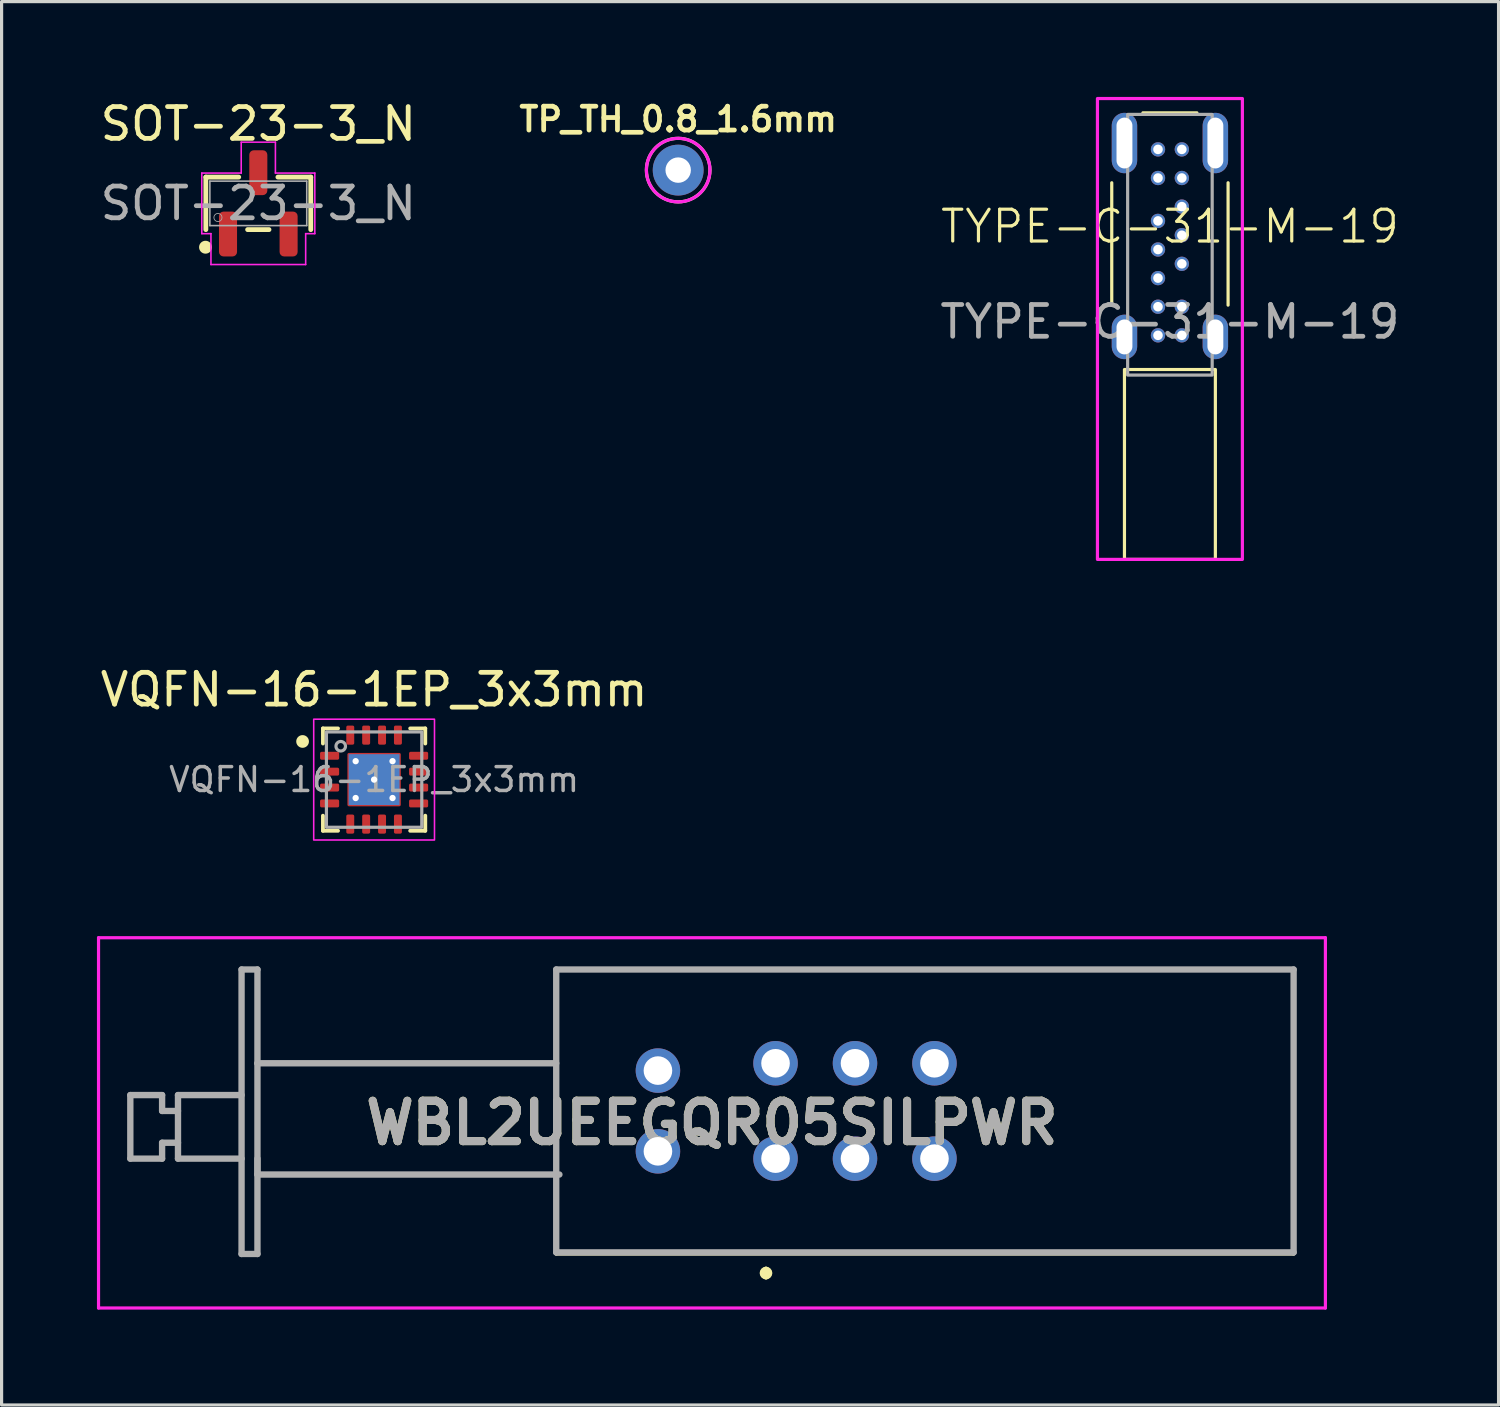
<source format=kicad_pcb>
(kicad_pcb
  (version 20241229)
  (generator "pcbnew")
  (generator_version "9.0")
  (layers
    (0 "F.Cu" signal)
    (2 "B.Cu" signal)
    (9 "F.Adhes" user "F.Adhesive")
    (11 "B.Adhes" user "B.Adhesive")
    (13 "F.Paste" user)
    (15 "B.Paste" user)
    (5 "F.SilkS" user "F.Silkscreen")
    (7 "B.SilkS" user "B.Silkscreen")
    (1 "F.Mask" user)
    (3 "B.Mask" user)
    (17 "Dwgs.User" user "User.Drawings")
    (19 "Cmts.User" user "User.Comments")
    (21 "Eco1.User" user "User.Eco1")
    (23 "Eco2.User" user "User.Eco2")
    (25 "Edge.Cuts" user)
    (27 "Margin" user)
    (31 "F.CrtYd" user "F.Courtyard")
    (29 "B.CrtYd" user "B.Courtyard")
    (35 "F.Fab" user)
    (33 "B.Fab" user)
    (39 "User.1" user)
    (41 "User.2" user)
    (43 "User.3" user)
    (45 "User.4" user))
  (footprint "WBL2UEEGQR05SILPWR"
    (layer "F.Cu")
    (at 14.45 31.903)
    (property "Reference" "WBL2UEEGQR05SILPWR" (at 4.9 0.375 0) (layer "F.SilkS") (effects (font (size 1.27 1.27) (thickness 0.254))))
    (attr through_hole)
    (fp_line (start 0 -4.45) (end 23.2 -4.45) (stroke (width 0.1) (type solid)) (layer "F.SilkS"))
    (fp_line (start 0 -1.5) (end -9.4 -1.5) (stroke (width 0.1) (type solid)) (layer "F.SilkS"))
    (fp_line (start 0 2) (end -9.4 2) (stroke (width 0.1) (type solid)) (layer "F.SilkS"))
    (fp_line (start 0 4.5) (end 0 -4.45) (stroke (width 0.1) (type solid)) (layer "F.SilkS"))
    (fp_line (start 6.6 5) (end 6.6 5) (stroke (width 0.2) (type solid)) (layer "F.SilkS"))
    (fp_line (start 6.6 5.2) (end 6.6 5.2) (stroke (width 0.2) (type solid)) (layer "F.SilkS"))
    (fp_line (start 23.2 -4.45) (end 23.2 4.5) (stroke (width 0.1) (type solid)) (layer "F.SilkS"))
    (fp_line (start 23.2 4.5) (end 0 4.5) (stroke (width 0.1) (type solid)) (layer "F.SilkS"))
    (fp_arc (start 6.6 5) (mid 6.7 5.1) (end 6.6 5.2) (stroke (width 0.2) (type solid)) (layer "F.SilkS"))
    (fp_arc (start 6.6 5.2) (mid 6.5 5.1) (end 6.6 5) (stroke (width 0.2) (type solid)) (layer "F.SilkS"))
    (fp_line (start -14.4 -5.45) (end 24.2 -5.45) (stroke (width 0.1) (type solid)) (layer "F.CrtYd"))
    (fp_line (start -14.4 6.2) (end -14.4 -5.45) (stroke (width 0.1) (type solid)) (layer "F.CrtYd"))
    (fp_line (start 24.2 -5.45) (end 24.2 6.2) (stroke (width 0.1) (type solid)) (layer "F.CrtYd"))
    (fp_line (start 24.2 6.2) (end -14.4 6.2) (stroke (width 0.1) (type solid)) (layer "F.CrtYd"))
    (fp_line (start -13.4 -0.5) (end -13.4 1.5) (stroke (width 0.2) (type solid)) (layer "F.Fab"))
    (fp_line (start -13.4 1.5) (end -12.4 1.5) (stroke (width 0.2) (type solid)) (layer "F.Fab"))
    (fp_line (start -12.4 -0.5) (end -13.4 -0.5) (stroke (width 0.2) (type solid)) (layer "F.Fab"))
    (fp_line (start -12.4 0) (end -12.4 -0.5) (stroke (width 0.2) (type solid)) (layer "F.Fab"))
    (fp_line (start -12.4 1) (end -11.9 1) (stroke (width 0.2) (type solid)) (layer "F.Fab"))
    (fp_line (start -12.4 1.5) (end -12.4 1) (stroke (width 0.2) (type solid)) (layer "F.Fab"))
    (fp_line (start -11.9 -0.5) (end -11.9 1.5) (stroke (width 0.2) (type solid)) (layer "F.Fab"))
    (fp_line (start -11.9 0) (end -12.4 0) (stroke (width 0.2) (type solid)) (layer "F.Fab"))
    (fp_line (start -11.9 1.5) (end -9.9 1.5) (stroke (width 0.2) (type solid)) (layer "F.Fab"))
    (fp_line (start -9.9 -4.45) (end -9.9 4.5) (stroke (width 0.2) (type solid)) (layer "F.Fab"))
    (fp_line (start -9.9 -0.5) (end -11.9 -0.5) (stroke (width 0.2) (type solid)) (layer "F.Fab"))
    (fp_line (start -9.9 4.5) (end -9.4 4.5) (stroke (width 0.2) (type solid)) (layer "F.Fab"))
    (fp_line (start -9.4 -4.45) (end -9.9 -4.45) (stroke (width 0.2) (type solid)) (layer "F.Fab"))
    (fp_line (start -9.4 -1.5) (end -9.4 -4.45) (stroke (width 0.2) (type solid)) (layer "F.Fab"))
    (fp_line (start -9.4 -1.5) (end -9.4 2) (stroke (width 0.2) (type solid)) (layer "F.Fab"))
    (fp_line (start -9.4 2) (end 0.1 2) (stroke (width 0.2) (type solid)) (layer "F.Fab"))
    (fp_line (start -9.4 4.5) (end -9.4 1.5) (stroke (width 0.2) (type solid)) (layer "F.Fab"))
    (fp_line (start 0 -4.45) (end 23.2 -4.45) (stroke (width 0.2) (type solid)) (layer "F.Fab"))
    (fp_line (start 0 -1.5) (end -9.4 -1.5) (stroke (width 0.2) (type solid)) (layer "F.Fab"))
    (fp_line (start 0 4.45) (end 0 -4.45) (stroke (width 0.2) (type solid)) (layer "F.Fab"))
    (fp_line (start 23.2 -4.45) (end 23.2 4.45) (stroke (width 0.2) (type solid)) (layer "F.Fab"))
    (fp_line (start 23.2 4.45) (end 0 4.45) (stroke (width 0.2) (type solid)) (layer "F.Fab"))
    (fp_text user "${REFERENCE}" (at 4.9 0.375 0) (layer "F.Fab") (effects (font (size 1.27 1.27) (thickness 0.254))))
    (pad "1" thru_hole circle (at 6.9 1.5) (size 1.4 1.4) (drill 0.9) (layers "*.Cu" "*.Mask"))
    (pad "2" thru_hole circle (at 9.4 1.5) (size 1.4 1.4) (drill 0.9) (layers "*.Cu" "*.Mask"))
    (pad "3" thru_hole circle (at 11.9 1.5) (size 1.4 1.4) (drill 0.9) (layers "*.Cu" "*.Mask"))
    (pad "4" thru_hole circle (at 6.9 -1.5) (size 1.4 1.4) (drill 0.9) (layers "*.Cu" "*.Mask"))
    (pad "5" thru_hole circle (at 9.4 -1.5) (size 1.4 1.4) (drill 0.9) (layers "*.Cu" "*.Mask"))
    (pad "6" thru_hole circle (at 11.9 -1.5) (size 1.4 1.4) (drill 0.9) (layers "*.Cu" "*.Mask"))
    (pad "7" thru_hole circle (at 3.2 1.27) (size 1.4 1.4) (drill 0.9) (layers "*.Cu" "*.Mask"))
    (pad "8" thru_hole circle (at 3.2 -1.27) (size 1.4 1.4) (drill 0.9) (layers "*.Cu" "*.Mask")))
  (footprint "TYPE-C-31-M-19"
    (layer "F.Cu")
    (at 33.758 14.55)
    (property "Reference" "TYPE-C-31-M-19" (at 0 -10.475 0) (unlocked yes) (layer "F.SilkS") (effects (font (size 1 1) (thickness 0.1))))
    (attr smd)
    (fp_line (start -1.83 -8) (end -1.83 -11.85) (stroke (width 0.1) (type solid)) (layer "F.SilkS"))
    (fp_line (start -0.85 -14.05) (end 0.85 -14.05) (stroke (width 0.1) (type default)) (layer "F.SilkS"))
    (fp_line (start 1.83 -8) (end 1.83 -11.85) (stroke (width 0.1) (type solid)) (layer "F.SilkS"))
    (fp_rect (start -1.43 -5.975) (end 1.43 0) (stroke (width 0.1) (type solid)) (fill no) (layer "F.SilkS"))
    (fp_rect (start -2.28 -14.5) (end 2.28 0) (stroke (width 0.1) (type solid)) (fill no) (layer "F.CrtYd"))
    (fp_rect (start -1.33 -14) (end 1.33 -5.8) (stroke (width 0.1) (type solid)) (fill no) (layer "F.Fab"))
    (fp_text user "${REFERENCE}" (at 0 -7.475 0) (unlocked yes) (layer "F.Fab") (effects (font (size 1 1) (thickness 0.15))))
    (pad "A1" thru_hole circle (at -0.375 -7.05 180) (size 0.45 0.45) (drill 0.3) (layers "*.Cu" "*.Mask"))
    (pad "A4" thru_hole circle (at -0.375 -7.95 180) (size 0.45 0.45) (drill 0.3) (layers "*.Cu" "*.Mask"))
    (pad "A5" thru_hole circle (at -0.375 -8.85 180) (size 0.45 0.45) (drill 0.3) (layers "*.Cu" "*.Mask"))
    (pad "A6" thru_hole circle (at -0.375 -9.75 180) (size 0.45 0.45) (drill 0.3) (layers "*.Cu" "*.Mask"))
    (pad "A7" thru_hole circle (at -0.375 -10.65 180) (size 0.45 0.45) (drill 0.3) (layers "*.Cu" "*.Mask"))
    (pad "A9" thru_hole circle (at -0.375 -12 180) (size 0.45 0.45) (drill 0.3) (layers "*.Cu" "*.Mask"))
    (pad "A12" thru_hole circle (at -0.375 -12.9 180) (size 0.45 0.45) (drill 0.3) (layers "*.Cu" "*.Mask"))
    (pad "B1" thru_hole circle (at 0.375 -12.9 180) (size 0.45 0.45) (drill 0.3) (layers "*.Cu" "*.Mask"))
    (pad "B4" thru_hole circle (at 0.375 -12 180) (size 0.45 0.45) (drill 0.3) (layers "*.Cu" "*.Mask"))
    (pad "B5" thru_hole circle (at 0.375 -11.1 180) (size 0.45 0.45) (drill 0.3) (layers "*.Cu" "*.Mask"))
    (pad "B6" thru_hole circle (at 0.375 -10.2 180) (size 0.45 0.45) (drill 0.3) (layers "*.Cu" "*.Mask"))
    (pad "B7" thru_hole circle (at 0.375 -9.3 180) (size 0.45 0.45) (drill 0.3) (layers "*.Cu" "*.Mask"))
    (pad "B9" thru_hole circle (at 0.375 -7.95 180) (size 0.45 0.45) (drill 0.3) (layers "*.Cu" "*.Mask"))
    (pad "B12" thru_hole circle (at 0.375 -7.05 180) (size 0.45 0.45) (drill 0.3) (layers "*.Cu" "*.Mask"))
    (pad "S1" thru_hole oval (at -1.43 -7 180) (size 0.8 1.4) (drill oval 0.5 1.1) (layers "*.Cu" "*.Mask"))
    (pad "S2" thru_hole oval (at -1.43 -13.1 180) (size 0.8 1.9) (drill oval 0.5 1.6) (layers "*.Cu" "*.Mask"))
    (pad "S3" thru_hole oval (at 1.43 -13.1 180) (size 0.8 1.9) (drill oval 0.5 1.6) (layers "*.Cu" "*.Mask"))
    (pad "S4" thru_hole oval (at 1.43 -7 180) (size 0.8 1.4) (drill oval 0.5 1.1) (layers "*.Cu" "*.Mask")))
  (footprint "TP_TH_0.8_1.6mm"
    (layer "F.Cu")
    (at 18.287 2.302)
    (property "Reference" "TP_TH_0.8_1.6mm" (at 0 -1.6 0) (unlocked yes) (layer "F.SilkS") (effects (font (size 0.75 0.75) (thickness 0.15) (bold yes))))
    (attr through_hole)
    (fp_circle (center 0 0) (end 1 0) (stroke (width 0.1) (type default)) (fill no) (layer "F.SilkS"))
    (fp_circle (center 0 0) (end 1 0) (stroke (width 0.1) (type default)) (fill no) (layer "F.CrtYd"))
    (pad "1" thru_hole circle (at 0 0) (size 1.6 1.6) (drill 0.8) (layers "*.Cu" "*.Mask")))
  (footprint "VQFN-16-1EP_3x3mm"
    (layer "F.Cu")
    (at 8.72 21.478)
    (property "Reference" "VQFN-16-1EP_3x3mm" (at 0 -2.83 0) (layer "F.SilkS") (effects (font (size 1 1) (thickness 0.15))))
    (attr smd)
    (fp_line (start -1.61 -1.61) (end -1.135 -1.61) (stroke (width 0.12) (type solid)) (layer "F.SilkS"))
    (fp_line (start -1.61 -1.135) (end -1.61 -1.61) (stroke (width 0.12) (type solid)) (layer "F.SilkS"))
    (fp_line (start -1.61 1.61) (end -1.61 1.135) (stroke (width 0.12) (type solid)) (layer "F.SilkS"))
    (fp_line (start -1.135 1.61) (end -1.61 1.61) (stroke (width 0.12) (type solid)) (layer "F.SilkS"))
    (fp_line (start 1.135 -1.61) (end 1.61 -1.61) (stroke (width 0.12) (type solid)) (layer "F.SilkS"))
    (fp_line (start 1.135 1.61) (end 1.61 1.61) (stroke (width 0.12) (type solid)) (layer "F.SilkS"))
    (fp_line (start 1.61 -1.61) (end 1.61 -1.135) (stroke (width 0.12) (type solid)) (layer "F.SilkS"))
    (fp_line (start 1.61 1.61) (end 1.61 1.135) (stroke (width 0.12) (type solid)) (layer "F.SilkS"))
    (fp_circle (center -2.25 -1.2) (end -2.1 -1.2) (stroke (width 0.1) (type solid)) (fill yes) (layer "F.SilkS"))
    (fp_rect (start -0.775 -0.775) (end 0.775 0.775) (stroke (width 0.001) (type solid)) (fill yes) (layer "F.Paste"))
    (fp_rect (start -1.9 -1.9) (end 1.9 1.9) (stroke (width 0.05) (type solid)) (fill no) (layer "F.CrtYd"))
    (fp_rect (start -1.5 -1.5) (end 1.5 1.5) (stroke (width 0.1) (type default)) (fill no) (layer "F.Fab"))
    (fp_circle (center -1.05 -1.05) (end -0.9 -1.05) (stroke (width 0.1) (type solid)) (fill no) (layer "F.Fab"))
    (fp_text user "${REFERENCE}" (at 0 0 0) (layer "F.Fab") (effects (font (size 0.75 0.75) (thickness 0.11))))
    (pad "1" smd roundrect (at -1.4 -0.75) (size 0.6 0.25) (layers "F.Cu" "F.Mask" "F.Paste") (roundrect_rratio 0.2))
    (pad "2" smd roundrect (at -1.4 -0.25) (size 0.6 0.25) (layers "F.Cu" "F.Mask" "F.Paste") (roundrect_rratio 0.2))
    (pad "3" smd roundrect (at -1.4 0.25) (size 0.6 0.25) (layers "F.Cu" "F.Mask" "F.Paste") (roundrect_rratio 0.2))
    (pad "4" smd roundrect (at -1.4 0.75) (size 0.6 0.25) (layers "F.Cu" "F.Mask" "F.Paste") (roundrect_rratio 0.2))
    (pad "5" smd roundrect (at -0.75 1.4) (size 0.25 0.6) (layers "F.Cu" "F.Mask" "F.Paste") (roundrect_rratio 0.2))
    (pad "6" smd roundrect (at -0.25 1.4) (size 0.25 0.6) (layers "F.Cu" "F.Mask" "F.Paste") (roundrect_rratio 0.2))
    (pad "7" smd roundrect (at 0.25 1.4) (size 0.25 0.6) (layers "F.Cu" "F.Mask" "F.Paste") (roundrect_rratio 0.2))
    (pad "8" smd roundrect (at 0.75 1.4) (size 0.25 0.6) (layers "F.Cu" "F.Mask" "F.Paste") (roundrect_rratio 0.2))
    (pad "9" smd roundrect (at 1.4 0.75) (size 0.6 0.25) (layers "F.Cu" "F.Mask" "F.Paste") (roundrect_rratio 0.2))
    (pad "10" smd roundrect (at 1.4 0.25) (size 0.6 0.25) (layers "F.Cu" "F.Mask" "F.Paste") (roundrect_rratio 0.2))
    (pad "11" smd roundrect (at 1.4 -0.25) (size 0.6 0.25) (layers "F.Cu" "F.Mask" "F.Paste") (roundrect_rratio 0.2))
    (pad "12" smd roundrect (at 1.4 -0.75) (size 0.6 0.25) (layers "F.Cu" "F.Mask" "F.Paste") (roundrect_rratio 0.2))
    (pad "13" smd roundrect (at 0.75 -1.4) (size 0.25 0.6) (layers "F.Cu" "F.Mask" "F.Paste") (roundrect_rratio 0.2))
    (pad "14" smd roundrect (at 0.25 -1.4) (size 0.25 0.6) (layers "F.Cu" "F.Mask" "F.Paste") (roundrect_rratio 0.2))
    (pad "15" smd roundrect (at -0.25 -1.4) (size 0.25 0.6) (layers "F.Cu" "F.Mask" "F.Paste") (roundrect_rratio 0.2))
    (pad "16" smd roundrect (at -0.75 -1.4) (size 0.25 0.6) (layers "F.Cu" "F.Mask" "F.Paste") (roundrect_rratio 0.2))
    (pad "17" thru_hole circle (at -0.58 -0.58) (size 0.4 0.4) (drill 0.2) (property pad_prop_heatsink) (layers "*.Cu"))
    (pad "17" thru_hole circle (at -0.58 0.58) (size 0.4 0.4) (drill 0.2) (property pad_prop_heatsink) (layers "*.Cu"))
    (pad "17" thru_hole circle (at 0 0) (size 0.4 0.4) (drill 0.2) (property pad_prop_heatsink) (layers "*.Cu"))
    (pad "17" smd rect (at 0 0) (size 1.6 1.6) (property pad_prop_heatsink) (layers "B.Cu"))
    (pad "17" smd roundrect (at 0 0) (size 1.68 1.68) (property pad_prop_heatsink) (layers "F.Cu" "F.Mask") (roundrect_rratio 0.03))
    (pad "17" thru_hole circle (at 0.58 -0.58) (size 0.4 0.4) (drill 0.2) (property pad_prop_heatsink) (layers "*.Cu"))
    (pad "17" thru_hole circle (at 0.58 0.58) (size 0.4 0.4) (drill 0.2) (property pad_prop_heatsink) (layers "*.Cu")))
  (footprint "SOT-23-3_N"
    (layer "F.Cu")
    (at 5.077 3.348)
    (property "Reference" "SOT-23-3_N" (at 0 -2.5 0) (unlocked yes) (layer "F.SilkS") (effects (font (size 1 1) (thickness 0.15))))
    (attr smd)
    (fp_line (start -1.651 -0.826) (end -1.651 0.826) (stroke (width 0.152) (type solid)) (layer "F.SilkS"))
    (fp_line (start -0.617 -0.826) (end -1.651 -0.826) (stroke (width 0.152) (type solid)) (layer "F.SilkS"))
    (fp_line (start -0.336 0.826) (end 0.336 0.826) (stroke (width 0.152) (type solid)) (layer "F.SilkS"))
    (fp_line (start 1.651 -0.826) (end 0.617 -0.826) (stroke (width 0.152) (type solid)) (layer "F.SilkS"))
    (fp_line (start 1.651 0.826) (end 1.651 -0.826) (stroke (width 0.152) (type solid)) (layer "F.SilkS"))
    (fp_circle (center -1.661 1.38) (end -1.534 1.38) (stroke (width 0.152) (type solid)) (fill yes) (layer "F.SilkS"))
    (fp_line (start -1.778 -0.953) (end -0.538 -0.953) (stroke (width 0.05) (type solid)) (layer "F.CrtYd"))
    (fp_line (start -1.778 0.953) (end -1.778 -0.953) (stroke (width 0.05) (type solid)) (layer "F.CrtYd"))
    (fp_line (start -1.778 0.953) (end -1.49 0.953) (stroke (width 0.05) (type solid)) (layer "F.CrtYd"))
    (fp_line (start -1.49 0.953) (end -1.49 1.925) (stroke (width 0.05) (type solid)) (layer "F.CrtYd"))
    (fp_line (start -1.49 1.925) (end 1.49 1.925) (stroke (width 0.05) (type solid)) (layer "F.CrtYd"))
    (fp_line (start -0.538 -1.925) (end 0.538 -1.925) (stroke (width 0.05) (type solid)) (layer "F.CrtYd"))
    (fp_line (start -0.538 -0.953) (end -0.538 -1.925) (stroke (width 0.05) (type solid)) (layer "F.CrtYd"))
    (fp_line (start 0.538 -0.953) (end 0.538 -1.925) (stroke (width 0.05) (type solid)) (layer "F.CrtYd"))
    (fp_line (start 1.49 0.953) (end 1.49 1.925) (stroke (width 0.05) (type solid)) (layer "F.CrtYd"))
    (fp_line (start 1.778 -0.953) (end 0.538 -0.953) (stroke (width 0.05) (type solid)) (layer "F.CrtYd"))
    (fp_line (start 1.778 -0.953) (end 1.778 0.953) (stroke (width 0.05) (type solid)) (layer "F.CrtYd"))
    (fp_line (start 1.778 0.953) (end 1.49 0.953) (stroke (width 0.05) (type solid)) (layer "F.CrtYd"))
    (fp_line (start -1.524 -0.699) (end -1.524 0.699) (stroke (width 0.05) (type solid)) (layer "F.Fab"))
    (fp_line (start -1.524 0.699) (end 1.524 0.699) (stroke (width 0.05) (type solid)) (layer "F.Fab"))
    (fp_line (start -0.699 0.699) (end -1.206 0.699) (stroke (width 0.025) (type solid)) (layer "F.Fab"))
    (fp_line (start -0.254 -0.699) (end 0.254 -0.699) (stroke (width 0.025) (type solid)) (layer "F.Fab"))
    (fp_line (start 1.206 0.699) (end 0.699 0.699) (stroke (width 0.025) (type solid)) (layer "F.Fab"))
    (fp_line (start 1.524 -0.699) (end -1.524 -0.699) (stroke (width 0.05) (type solid)) (layer "F.Fab"))
    (fp_line (start 1.524 0.699) (end 1.524 -0.699) (stroke (width 0.05) (type solid)) (layer "F.Fab"))
    (fp_circle (center -1.27 0.445) (end -1.143 0.445) (stroke (width 0.025) (type solid)) (fill no) (layer "F.Fab"))
    (fp_text user "${REFERENCE}" (at 0 0 0) (unlocked yes) (layer "F.Fab") (effects (font (size 1 1) (thickness 0.15))))
    (pad "1" smd roundrect (at -0.953 0.965) (size 0.568 1.411) (layers "F.Cu" "F.Mask" "F.Paste") (roundrect_rratio 0.25))
    (pad "2" smd roundrect (at 0.953 0.965) (size 0.568 1.411) (layers "F.Cu" "F.Mask" "F.Paste") (roundrect_rratio 0.25))
    (pad "3" smd roundrect (at 0 -0.965) (size 0.568 1.411) (layers "F.Cu" "F.Mask" "F.Paste") (roundrect_rratio 0.25)))
  (gr_rect
    (start -3 -3)
    (end 44.098 41.153)
    (stroke (width 0.1) (type default))
    (fill no)
    (layer "Edge.Cuts")))
</source>
